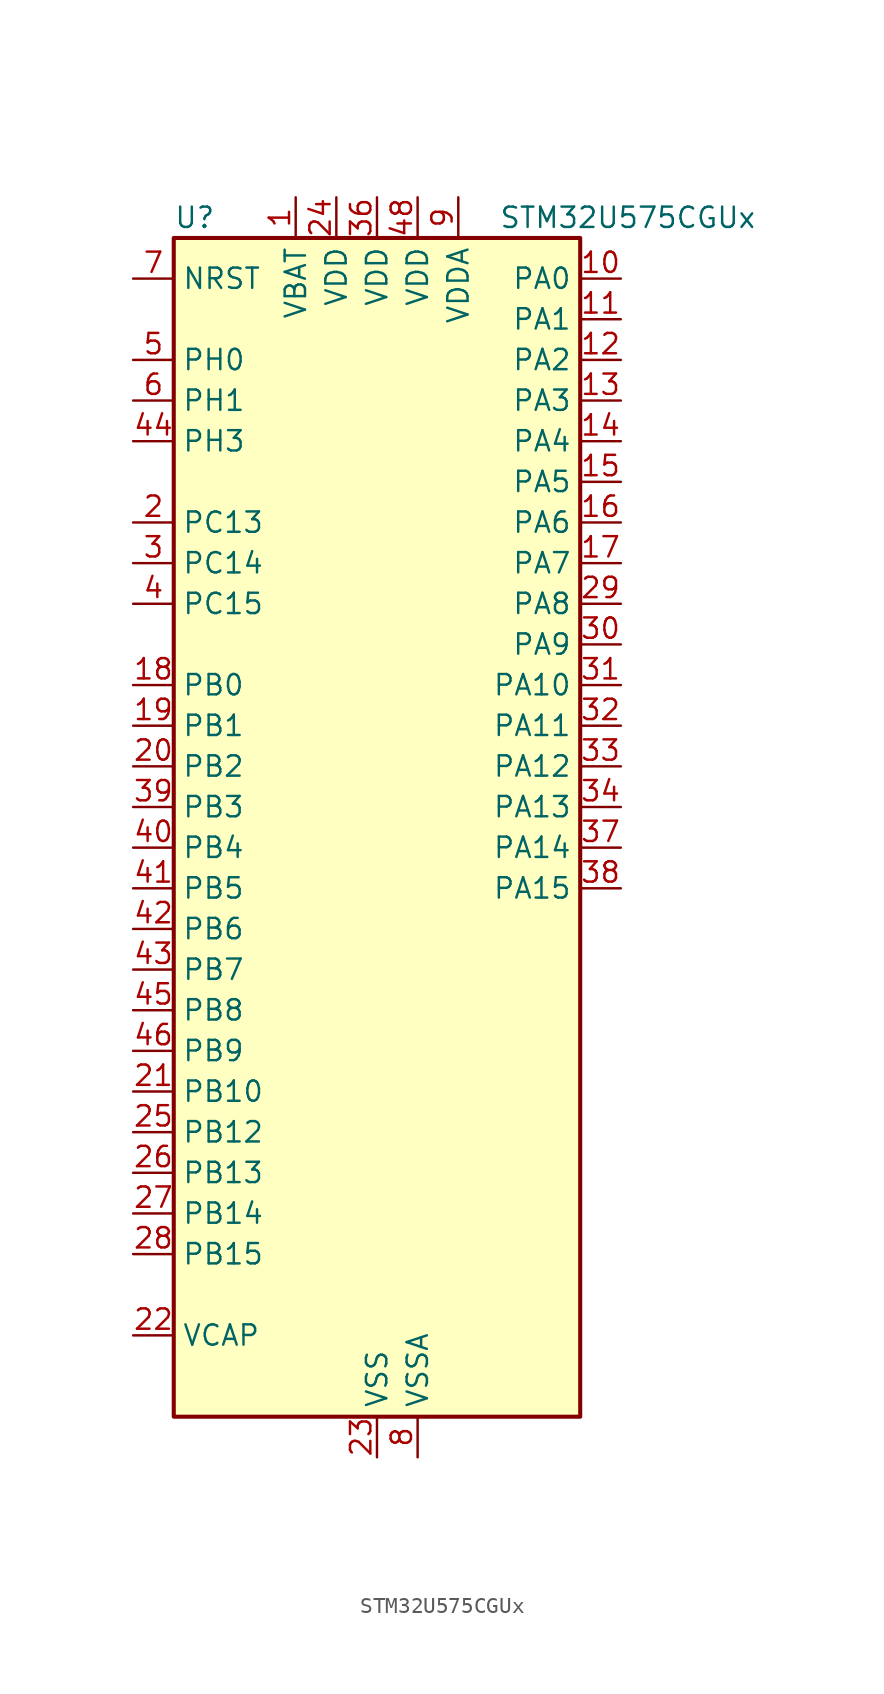
<source format=kicad_sym>
(kicad_symbol_lib
  (version 20211014)
  (generator kicad-library-utils)
  (symbol "STM32U575CGUx"
    (property "Reference" "U"
      (at -12.7 39.37 0)
      (effects (font (size 1.27 1.27)) (justify left)))
    (property "Value" "STM32U575CGUx"
      (at 7.62 39.37 0)
      (effects (font (size 1.27 1.27)) (justify left)))
    (property "ki_fp_filters" "QFN*1EP*7x7mm*P0.5mm*"
      (at 0.0 0.0 0.0)
      (effects (font (size 1.27 1.27))))
    (symbol "STM32U575CGUx_0_1"
      (rectangle (start -12.7 -35.56) (end 12.7 38.1) (stroke (width 0.254)) (fill (type background))))
    (symbol "STM32U575CGUx_1_1"
      (pin input line (at -15.24 35.56 0) (length 2.54) (name "NRST" (effects (font (size 1.27 1.27)))) (number "7" (effects (font (size 1.27 1.27)))))
      (pin bidirectional line (at -15.24 30.48 0) (length 2.54) (name "PH0" (effects (font (size 1.27 1.27)))) (number "5" (effects (font (size 1.27 1.27)))) (alternate "RCC_OSC_IN" bidirectional line))
      (pin bidirectional line (at -15.24 27.94 0) (length 2.54) (name "PH1" (effects (font (size 1.27 1.27)))) (number "6" (effects (font (size 1.27 1.27)))) (alternate "RCC_OSC_OUT" bidirectional line))
      (pin bidirectional line (at -15.24 25.4 0) (length 2.54) (name "PH3" (effects (font (size 1.27 1.27)))) (number "44" (effects (font (size 1.27 1.27)))))
      (pin bidirectional line (at -15.24 20.32 0) (length 2.54) (name "PC13" (effects (font (size 1.27 1.27)))) (number "2" (effects (font (size 1.27 1.27)))) (alternate "PWR_WKUP2" bidirectional line) (alternate "RTC_OUT1" bidirectional line) (alternate "RTC_TS" bidirectional line) (alternate "TAMP_IN1" bidirectional line) (alternate "TAMP_OUT2" bidirectional line))
      (pin bidirectional line (at -15.24 17.78 0) (length 2.54) (name "PC14" (effects (font (size 1.27 1.27)))) (number "3" (effects (font (size 1.27 1.27)))) (alternate "RCC_OSC32_IN" bidirectional line))
      (pin bidirectional line (at -15.24 15.24 0) (length 2.54) (name "PC15" (effects (font (size 1.27 1.27)))) (number "4" (effects (font (size 1.27 1.27)))) (alternate "ADC1_EXTI15" bidirectional line) (alternate "ADC4_EXTI15" bidirectional line) (alternate "RCC_OSC32_OUT" bidirectional line))
      (pin bidirectional line (at -15.24 10.16 0) (length 2.54) (name "PB0" (effects (font (size 1.27 1.27)))) (number "18" (effects (font (size 1.27 1.27)))) (alternate "ADC1_IN15" bidirectional line) (alternate "ADC4_IN18" bidirectional line) (alternate "AUDIOCLK" bidirectional line) (alternate "COMP1_OUT" bidirectional line) (alternate "LPTIM3_CH1" bidirectional line) (alternate "OCTOSPIM_P1_IO1" bidirectional line) (alternate "OPAMP2_VOUT" bidirectional line) (alternate "SPI1_NSS" bidirectional line) (alternate "TIM1_CH2N" bidirectional line) (alternate "TIM3_CH3" bidirectional line) (alternate "TIM8_CH2N" bidirectional line) (alternate "USART3_CK" bidirectional line))
      (pin bidirectional line (at -15.24 7.62 0) (length 2.54) (name "PB1" (effects (font (size 1.27 1.27)))) (number "19" (effects (font (size 1.27 1.27)))) (alternate "ADC1_IN16" bidirectional line) (alternate "ADC4_IN19" bidirectional line) (alternate "COMP1_INM" bidirectional line) (alternate "LPTIM2_IN1" bidirectional line) (alternate "LPTIM3_CH2" bidirectional line) (alternate "LPUART1_DE" bidirectional line) (alternate "LPUART1_RTS" bidirectional line) (alternate "MDF1_SDI0" bidirectional line) (alternate "OCTOSPIM_P1_IO0" bidirectional line) (alternate "PWR_WKUP4" bidirectional line) (alternate "TIM1_CH3N" bidirectional line) (alternate "TIM3_CH4" bidirectional line) (alternate "TIM8_CH3N" bidirectional line) (alternate "USART3_DE" bidirectional line) (alternate "USART3_RTS" bidirectional line))
      (pin bidirectional line (at -15.24 5.08 0) (length 2.54) (name "PB2" (effects (font (size 1.27 1.27)))) (number "20" (effects (font (size 1.27 1.27)))) (alternate "ADC1_IN17" bidirectional line) (alternate "COMP1_INP" bidirectional line) (alternate "I2C3_SMBA" bidirectional line) (alternate "LPTIM1_CH1" bidirectional line) (alternate "MDF1_CKI0" bidirectional line) (alternate "OCTOSPIM_P1_DQS" bidirectional line) (alternate "PWR_WKUP1" bidirectional line) (alternate "RTC_OUT2" bidirectional line) (alternate "SPI1_RDY" bidirectional line) (alternate "TIM8_CH4N" bidirectional line) (alternate "UCPD1_FRSTX1" bidirectional line))
      (pin bidirectional line (at -15.24 2.54 0) (length 2.54) (name "PB3" (effects (font (size 1.27 1.27)))) (number "39" (effects (font (size 1.27 1.27)))) (alternate "ADF1_CCK0" bidirectional line) (alternate "COMP2_INM" bidirectional line) (alternate "CRS_SYNC" bidirectional line) (alternate "DEBUG_JTDO-SWO" bidirectional line) (alternate "I2C1_SDA" bidirectional line) (alternate "LPTIM1_CH1" bidirectional line) (alternate "SAI1_SCK_B" bidirectional line) (alternate "SPI1_SCK" bidirectional line) (alternate "SPI3_SCK" bidirectional line) (alternate "TIM2_CH2" bidirectional line) (alternate "USART1_DE" bidirectional line) (alternate "USART1_RTS" bidirectional line))
      (pin bidirectional line (at -15.24 0.0 0) (length 2.54) (name "PB4" (effects (font (size 1.27 1.27)))) (number "40" (effects (font (size 1.27 1.27)))) (alternate "ADF1_SDI0" bidirectional line) (alternate "COMP2_INP" bidirectional line) (alternate "DEBUG_JTRST" bidirectional line) (alternate "I2C3_SDA" bidirectional line) (alternate "LPTIM1_CH2" bidirectional line) (alternate "SAI1_MCLK_B" bidirectional line) (alternate "SPI1_MISO" bidirectional line) (alternate "SPI3_MISO" bidirectional line) (alternate "TIM17_BKIN" bidirectional line) (alternate "TIM3_CH1" bidirectional line) (alternate "TSC_G2_IO1" bidirectional line) (alternate "USART1_CTS" bidirectional line))
      (pin bidirectional line (at -15.24 -2.54 0) (length 2.54) (name "PB5" (effects (font (size 1.27 1.27)))) (number "41" (effects (font (size 1.27 1.27)))) (alternate "COMP2_OUT" bidirectional line) (alternate "I2C1_SMBA" bidirectional line) (alternate "LPTIM1_IN1" bidirectional line) (alternate "OCTOSPIM_P1_NCLK" bidirectional line) (alternate "PWR_WKUP6" bidirectional line) (alternate "SAI1_SD_B" bidirectional line) (alternate "SPI1_MOSI" bidirectional line) (alternate "SPI3_MOSI" bidirectional line) (alternate "TIM16_BKIN" bidirectional line) (alternate "TIM3_CH2" bidirectional line) (alternate "TSC_G2_IO2" bidirectional line) (alternate "UCPD1_DBCC1" bidirectional line) (alternate "USART1_CK" bidirectional line))
      (pin bidirectional line (at -15.24 -5.08 0) (length 2.54) (name "PB6" (effects (font (size 1.27 1.27)))) (number "42" (effects (font (size 1.27 1.27)))) (alternate "COMP2_INP" bidirectional line) (alternate "I2C1_SCL" bidirectional line) (alternate "I2C4_SCL" bidirectional line) (alternate "LPTIM1_ETR" bidirectional line) (alternate "MDF1_SDI5" bidirectional line) (alternate "PWR_WKUP3" bidirectional line) (alternate "SAI1_FS_B" bidirectional line) (alternate "TIM16_CH1N" bidirectional line) (alternate "TIM4_CH1" bidirectional line) (alternate "TIM8_BKIN2" bidirectional line) (alternate "TSC_G2_IO3" bidirectional line) (alternate "USART1_TX" bidirectional line))
      (pin bidirectional line (at -15.24 -7.62 0) (length 2.54) (name "PB7" (effects (font (size 1.27 1.27)))) (number "43" (effects (font (size 1.27 1.27)))) (alternate "COMP2_INM" bidirectional line) (alternate "I2C1_SDA" bidirectional line) (alternate "I2C4_SDA" bidirectional line) (alternate "LPTIM1_IN2" bidirectional line) (alternate "MDF1_CKI5" bidirectional line) (alternate "PWR_PVD_IN" bidirectional line) (alternate "PWR_WKUP4" bidirectional line) (alternate "TIM17_CH1N" bidirectional line) (alternate "TIM4_CH2" bidirectional line) (alternate "TIM8_BKIN" bidirectional line) (alternate "TSC_G2_IO4" bidirectional line) (alternate "UART4_CTS" bidirectional line) (alternate "USART1_RX" bidirectional line))
      (pin bidirectional line (at -15.24 -10.16 0) (length 2.54) (name "PB8" (effects (font (size 1.27 1.27)))) (number "45" (effects (font (size 1.27 1.27)))) (alternate "FDCAN1_RX" bidirectional line) (alternate "I2C1_SCL" bidirectional line) (alternate "MDF1_CCK0" bidirectional line) (alternate "PWR_WKUP5" bidirectional line) (alternate "SAI1_CK1" bidirectional line) (alternate "SAI1_MCLK_A" bidirectional line) (alternate "SPI3_RDY" bidirectional line) (alternate "TIM16_CH1" bidirectional line) (alternate "TIM4_CH3" bidirectional line))
      (pin bidirectional line (at -15.24 -12.7 0) (length 2.54) (name "PB9" (effects (font (size 1.27 1.27)))) (number "46" (effects (font (size 1.27 1.27)))) (alternate "DAC1_EXTI9" bidirectional line) (alternate "FDCAN1_TX" bidirectional line) (alternate "I2C1_SDA" bidirectional line) (alternate "IR_OUT" bidirectional line) (alternate "SAI1_D2" bidirectional line) (alternate "SAI1_FS_A" bidirectional line) (alternate "SPI2_NSS" bidirectional line) (alternate "TIM17_CH1" bidirectional line) (alternate "TIM4_CH4" bidirectional line))
      (pin bidirectional line (at -15.24 -15.24 0) (length 2.54) (name "PB10" (effects (font (size 1.27 1.27)))) (number "21" (effects (font (size 1.27 1.27)))) (alternate "COMP1_OUT" bidirectional line) (alternate "I2C2_SCL" bidirectional line) (alternate "I2C4_SCL" bidirectional line) (alternate "LPTIM3_CH1" bidirectional line) (alternate "LPUART1_RX" bidirectional line) (alternate "OCTOSPIM_P1_CLK" bidirectional line) (alternate "PWR_WKUP8" bidirectional line) (alternate "SAI1_SCK_A" bidirectional line) (alternate "SPI2_SCK" bidirectional line) (alternate "TIM2_CH3" bidirectional line) (alternate "TSC_SYNC" bidirectional line) (alternate "USART3_TX" bidirectional line))
      (pin bidirectional line (at -15.24 -17.78 0) (length 2.54) (name "PB12" (effects (font (size 1.27 1.27)))) (number "25" (effects (font (size 1.27 1.27)))) (alternate "I2C2_SMBA" bidirectional line) (alternate "LPUART1_DE" bidirectional line) (alternate "LPUART1_RTS" bidirectional line) (alternate "MDF1_SDI1" bidirectional line) (alternate "OCTOSPIM_P1_NCLK" bidirectional line) (alternate "SPI2_NSS" bidirectional line) (alternate "TIM15_BKIN" bidirectional line) (alternate "TIM1_BKIN" bidirectional line) (alternate "TSC_G1_IO1" bidirectional line) (alternate "USART3_CK" bidirectional line))
      (pin bidirectional line (at -15.24 -20.32 0) (length 2.54) (name "PB13" (effects (font (size 1.27 1.27)))) (number "26" (effects (font (size 1.27 1.27)))) (alternate "I2C2_SCL" bidirectional line) (alternate "LPTIM3_IN1" bidirectional line) (alternate "LPUART1_CTS" bidirectional line) (alternate "MDF1_CKI1" bidirectional line) (alternate "SPI2_SCK" bidirectional line) (alternate "TIM15_CH1N" bidirectional line) (alternate "TIM1_CH1N" bidirectional line) (alternate "TSC_G1_IO2" bidirectional line) (alternate "USART3_CTS" bidirectional line))
      (pin bidirectional line (at -15.24 -22.86 0) (length 2.54) (name "PB14" (effects (font (size 1.27 1.27)))) (number "27" (effects (font (size 1.27 1.27)))) (alternate "I2C2_SDA" bidirectional line) (alternate "LPTIM3_ETR" bidirectional line) (alternate "MDF1_SDI2" bidirectional line) (alternate "SPI2_MISO" bidirectional line) (alternate "TIM15_CH1" bidirectional line) (alternate "TIM1_CH2N" bidirectional line) (alternate "TIM8_CH2N" bidirectional line) (alternate "TSC_G1_IO3" bidirectional line) (alternate "UCPD1_DBCC2" bidirectional line) (alternate "USART3_DE" bidirectional line) (alternate "USART3_RTS" bidirectional line))
      (pin bidirectional line (at -15.24 -25.4 0) (length 2.54) (name "PB15" (effects (font (size 1.27 1.27)))) (number "28" (effects (font (size 1.27 1.27)))) (alternate "ADC1_EXTI15" bidirectional line) (alternate "ADC4_EXTI15" bidirectional line) (alternate "LPTIM2_IN2" bidirectional line) (alternate "MDF1_CKI2" bidirectional line) (alternate "PWR_WKUP7" bidirectional line) (alternate "RTC_REFIN" bidirectional line) (alternate "SPI2_MOSI" bidirectional line) (alternate "TIM15_CH2" bidirectional line) (alternate "TIM1_CH3N" bidirectional line) (alternate "TIM8_CH3N" bidirectional line) (alternate "UCPD1_CC2" bidirectional line))
      (pin power_out line (at -15.24 -30.48 0) (length 2.54) (name "VCAP" (effects (font (size 1.27 1.27)))) (number "22" (effects (font (size 1.27 1.27)))))
      (pin bidirectional line (at 15.24 35.56 180) (length 2.54) (name "PA0" (effects (font (size 1.27 1.27)))) (number "10" (effects (font (size 1.27 1.27)))) (alternate "ADC1_IN5" bidirectional line) (alternate "AUDIOCLK" bidirectional line) (alternate "OCTOSPIM_P2_NCS" bidirectional line) (alternate "OPAMP1_VINP" bidirectional line) (alternate "PWR_WKUP1" bidirectional line) (alternate "SPI3_RDY" bidirectional line) (alternate "TAMP_IN2" bidirectional line) (alternate "TAMP_OUT1" bidirectional line) (alternate "TIM2_CH1" bidirectional line) (alternate "TIM2_ETR" bidirectional line) (alternate "TIM5_CH1" bidirectional line) (alternate "TIM8_ETR" bidirectional line) (alternate "UART4_TX" bidirectional line) (alternate "USART2_CTS" bidirectional line))
      (pin bidirectional line (at 15.24 33.02 180) (length 2.54) (name "PA1" (effects (font (size 1.27 1.27)))) (number "11" (effects (font (size 1.27 1.27)))) (alternate "ADC1_IN6" bidirectional line) (alternate "I2C1_SMBA" bidirectional line) (alternate "LPTIM1_CH2" bidirectional line) (alternate "OCTOSPIM_P1_DQS" bidirectional line) (alternate "OPAMP1_VINM" bidirectional line) (alternate "PWR_WKUP3" bidirectional line) (alternate "SPI1_SCK" bidirectional line) (alternate "TAMP_IN5" bidirectional line) (alternate "TAMP_OUT4" bidirectional line) (alternate "TIM15_CH1N" bidirectional line) (alternate "TIM2_CH2" bidirectional line) (alternate "TIM5_CH2" bidirectional line) (alternate "UART4_RX" bidirectional line) (alternate "USART2_DE" bidirectional line) (alternate "USART2_RTS" bidirectional line))
      (pin bidirectional line (at 15.24 30.48 180) (length 2.54) (name "PA2" (effects (font (size 1.27 1.27)))) (number "12" (effects (font (size 1.27 1.27)))) (alternate "ADC1_IN7" bidirectional line) (alternate "COMP1_INP" bidirectional line) (alternate "LPUART1_TX" bidirectional line) (alternate "OCTOSPIM_P1_NCS" bidirectional line) (alternate "PWR_WKUP4" bidirectional line) (alternate "RCC_LSCO" bidirectional line) (alternate "SPI1_RDY" bidirectional line) (alternate "TIM15_CH1" bidirectional line) (alternate "TIM2_CH3" bidirectional line) (alternate "TIM5_CH3" bidirectional line) (alternate "UCPD1_FRSTX1" bidirectional line) (alternate "USART2_TX" bidirectional line))
      (pin bidirectional line (at 15.24 27.94 180) (length 2.54) (name "PA3" (effects (font (size 1.27 1.27)))) (number "13" (effects (font (size 1.27 1.27)))) (alternate "ADC1_IN8" bidirectional line) (alternate "LPUART1_RX" bidirectional line) (alternate "OCTOSPIM_P1_CLK" bidirectional line) (alternate "OPAMP1_VOUT" bidirectional line) (alternate "PWR_WKUP5" bidirectional line) (alternate "SAI1_CK1" bidirectional line) (alternate "SAI1_MCLK_A" bidirectional line) (alternate "TIM15_CH2" bidirectional line) (alternate "TIM2_CH4" bidirectional line) (alternate "TIM5_CH4" bidirectional line) (alternate "USART2_RX" bidirectional line))
      (pin bidirectional line (at 15.24 25.4 180) (length 2.54) (name "PA4" (effects (font (size 1.27 1.27)))) (number "14" (effects (font (size 1.27 1.27)))) (alternate "ADC1_IN9" bidirectional line) (alternate "ADC4_IN9" bidirectional line) (alternate "DAC1_OUT1" bidirectional line) (alternate "LPTIM2_CH1" bidirectional line) (alternate "OCTOSPIM_P1_NCS" bidirectional line) (alternate "PWR_WKUP2" bidirectional line) (alternate "SAI1_FS_B" bidirectional line) (alternate "SPI1_NSS" bidirectional line) (alternate "SPI3_NSS" bidirectional line) (alternate "USART2_CK" bidirectional line))
      (pin bidirectional line (at 15.24 22.86 180) (length 2.54) (name "PA5" (effects (font (size 1.27 1.27)))) (number "15" (effects (font (size 1.27 1.27)))) (alternate "ADC1_IN10" bidirectional line) (alternate "ADC4_IN10" bidirectional line) (alternate "DAC1_OUT2" bidirectional line) (alternate "LPTIM2_ETR" bidirectional line) (alternate "PWR_CSLEEP" bidirectional line) (alternate "PWR_WKUP6" bidirectional line) (alternate "SPI1_SCK" bidirectional line) (alternate "TIM2_CH1" bidirectional line) (alternate "TIM2_ETR" bidirectional line) (alternate "TIM8_CH1N" bidirectional line) (alternate "USART3_RX" bidirectional line))
      (pin bidirectional line (at 15.24 20.32 180) (length 2.54) (name "PA6" (effects (font (size 1.27 1.27)))) (number "16" (effects (font (size 1.27 1.27)))) (alternate "ADC1_IN11" bidirectional line) (alternate "ADC4_IN11" bidirectional line) (alternate "LPUART1_CTS" bidirectional line) (alternate "OCTOSPIM_P1_IO3" bidirectional line) (alternate "OPAMP2_VINP" bidirectional line) (alternate "PWR_CDSTOP" bidirectional line) (alternate "PWR_WKUP7" bidirectional line) (alternate "SPI1_MISO" bidirectional line) (alternate "TIM16_CH1" bidirectional line) (alternate "TIM1_BKIN" bidirectional line) (alternate "TIM3_CH1" bidirectional line) (alternate "TIM8_BKIN" bidirectional line) (alternate "USART3_CTS" bidirectional line))
      (pin bidirectional line (at 15.24 17.78 180) (length 2.54) (name "PA7" (effects (font (size 1.27 1.27)))) (number "17" (effects (font (size 1.27 1.27)))) (alternate "ADC1_IN12" bidirectional line) (alternate "ADC4_IN20" bidirectional line) (alternate "I2C3_SCL" bidirectional line) (alternate "LPTIM2_CH2" bidirectional line) (alternate "OCTOSPIM_P1_IO2" bidirectional line) (alternate "OPAMP2_VINM" bidirectional line) (alternate "PWR_SRDSTOP" bidirectional line) (alternate "PWR_WKUP8" bidirectional line) (alternate "SPI1_MOSI" bidirectional line) (alternate "TIM17_CH1" bidirectional line) (alternate "TIM1_CH1N" bidirectional line) (alternate "TIM3_CH2" bidirectional line) (alternate "TIM8_CH1N" bidirectional line) (alternate "USART3_TX" bidirectional line))
      (pin bidirectional line (at 15.24 15.24 180) (length 2.54) (name "PA8" (effects (font (size 1.27 1.27)))) (number "29" (effects (font (size 1.27 1.27)))) (alternate "DEBUG_TRACECLK" bidirectional line) (alternate "LPTIM2_CH1" bidirectional line) (alternate "RCC_MCO" bidirectional line) (alternate "SAI1_CK2" bidirectional line) (alternate "SAI1_SCK_A" bidirectional line) (alternate "SPI1_RDY" bidirectional line) (alternate "TIM1_CH1" bidirectional line) (alternate "USART1_CK" bidirectional line) (alternate "USB_OTG_FS_SOF" bidirectional line))
      (pin bidirectional line (at 15.24 12.7 180) (length 2.54) (name "PA9" (effects (font (size 1.27 1.27)))) (number "30" (effects (font (size 1.27 1.27)))) (alternate "DAC1_EXTI9" bidirectional line) (alternate "SAI1_FS_A" bidirectional line) (alternate "SPI2_SCK" bidirectional line) (alternate "TIM15_BKIN" bidirectional line) (alternate "TIM1_CH2" bidirectional line) (alternate "USART1_TX" bidirectional line) (alternate "USB_OTG_FS_VBUS" bidirectional line))
      (pin bidirectional line (at 15.24 10.16 180) (length 2.54) (name "PA10" (effects (font (size 1.27 1.27)))) (number "31" (effects (font (size 1.27 1.27)))) (alternate "CRS_SYNC" bidirectional line) (alternate "LPTIM2_IN2" bidirectional line) (alternate "SAI1_D1" bidirectional line) (alternate "SAI1_SD_A" bidirectional line) (alternate "TIM17_BKIN" bidirectional line) (alternate "TIM1_CH3" bidirectional line) (alternate "USART1_RX" bidirectional line) (alternate "USB_OTG_FS_ID" bidirectional line))
      (pin bidirectional line (at 15.24 7.62 180) (length 2.54) (name "PA11" (effects (font (size 1.27 1.27)))) (number "32" (effects (font (size 1.27 1.27)))) (alternate "ADC1_EXTI11" bidirectional line) (alternate "FDCAN1_RX" bidirectional line) (alternate "SPI1_MISO" bidirectional line) (alternate "TIM1_BKIN2" bidirectional line) (alternate "TIM1_CH4" bidirectional line) (alternate "USART1_CTS" bidirectional line) (alternate "USB_OTG_FS_DM" bidirectional line))
      (pin bidirectional line (at 15.24 5.08 180) (length 2.54) (name "PA12" (effects (font (size 1.27 1.27)))) (number "33" (effects (font (size 1.27 1.27)))) (alternate "FDCAN1_TX" bidirectional line) (alternate "OCTOSPIM_P2_NCS" bidirectional line) (alternate "SPI1_MOSI" bidirectional line) (alternate "TIM1_ETR" bidirectional line) (alternate "USART1_DE" bidirectional line) (alternate "USART1_RTS" bidirectional line) (alternate "USB_OTG_FS_DP" bidirectional line))
      (pin bidirectional line (at 15.24 2.54 180) (length 2.54) (name "PA13" (effects (font (size 1.27 1.27)))) (number "34" (effects (font (size 1.27 1.27)))) (alternate "DEBUG_JTMS-SWDIO" bidirectional line) (alternate "IR_OUT" bidirectional line) (alternate "SAI1_SD_B" bidirectional line) (alternate "USB_OTG_FS_NOE" bidirectional line))
      (pin bidirectional line (at 15.24 0.0 180) (length 2.54) (name "PA14" (effects (font (size 1.27 1.27)))) (number "37" (effects (font (size 1.27 1.27)))) (alternate "DEBUG_JTCK-SWCLK" bidirectional line) (alternate "I2C1_SMBA" bidirectional line) (alternate "I2C4_SMBA" bidirectional line) (alternate "LPTIM1_CH1" bidirectional line) (alternate "SAI1_FS_B" bidirectional line) (alternate "USB_OTG_FS_SOF" bidirectional line))
      (pin bidirectional line (at 15.24 -2.54 180) (length 2.54) (name "PA15" (effects (font (size 1.27 1.27)))) (number "38" (effects (font (size 1.27 1.27)))) (alternate "ADC1_EXTI15" bidirectional line) (alternate "ADC4_EXTI15" bidirectional line) (alternate "DEBUG_JTDI" bidirectional line) (alternate "SPI1_NSS" bidirectional line) (alternate "SPI3_NSS" bidirectional line) (alternate "TIM2_CH1" bidirectional line) (alternate "TIM2_ETR" bidirectional line) (alternate "UART4_DE" bidirectional line) (alternate "UART4_RTS" bidirectional line) (alternate "UCPD1_CC1" bidirectional line) (alternate "USART2_RX" bidirectional line) (alternate "USART3_DE" bidirectional line) (alternate "USART3_RTS" bidirectional line))
      (pin power_in line (at -5.08 40.64 270) (length 2.54) (name "VBAT" (effects (font (size 1.27 1.27)))) (number "1" (effects (font (size 1.27 1.27)))))
      (pin power_in line (at -2.54 40.64 270) (length 2.54) (name "VDD" (effects (font (size 1.27 1.27)))) (number "24" (effects (font (size 1.27 1.27)))))
      (pin power_in line (at 0.0 40.64 270) (length 2.54) (name "VDD" (effects (font (size 1.27 1.27)))) (number "36" (effects (font (size 1.27 1.27)))))
      (pin power_in line (at 2.54 40.64 270) (length 2.54) (name "VDD" (effects (font (size 1.27 1.27)))) (number "48" (effects (font (size 1.27 1.27)))))
      (pin power_in line (at 5.08 40.64 270) (length 2.54) (name "VDDA" (effects (font (size 1.27 1.27)))) (number "9" (effects (font (size 1.27 1.27)))))
      (pin power_in line (at 0.0 -38.1 90) (length 2.54) (name "VSS" (effects (font (size 1.27 1.27)))) (number "23" (effects (font (size 1.27 1.27)))))
      (pin passive line (at 0.0 -38.1 90) (length 2.54) hide (name "VSS" (effects (font (size 1.27 1.27)))) (number "35" (effects (font (size 1.27 1.27)))))
      (pin passive line (at 0.0 -38.1 90) (length 2.54) hide (name "VSS" (effects (font (size 1.27 1.27)))) (number "47" (effects (font (size 1.27 1.27)))))
      (pin passive line (at 0.0 -38.1 90) (length 2.54) hide (name "VSS" (effects (font (size 1.27 1.27)))) (number "49" (effects (font (size 1.27 1.27)))))
      (pin power_in line (at 2.54 -38.1 90) (length 2.54) (name "VSSA" (effects (font (size 1.27 1.27)))) (number "8" (effects (font (size 1.27 1.27))))))))
</source>
